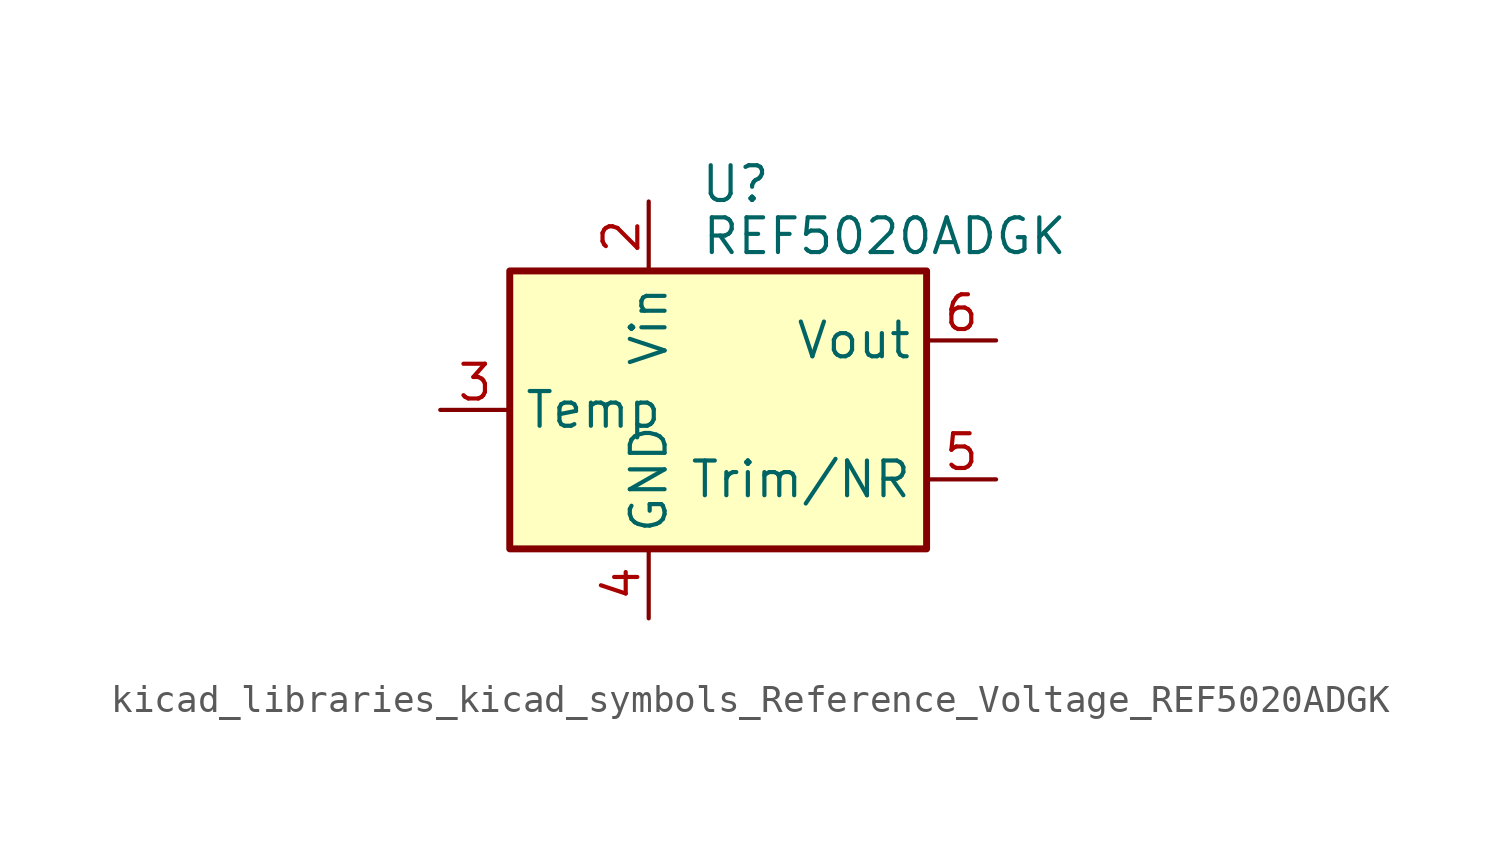
<source format=kicad_sym>
(kicad_symbol_lib
  (version 20220914)
  (generator kicad_symbol_editor)
  (symbol "kicad_libraries_kicad_symbols_Reference_Voltage_REF5020ADGK"
    (property "Reference" "U"
      (at 0.635 8.255 0)
      (effects (font (size 1.27 1.27))))
    (property "Value" "REF5020ADGK"
      (at -0.635 6.35 0)
      (effects (font (size 1.27 1.27)) (justify left)))
    (symbol "kicad_libraries_kicad_symbols_Reference_Voltage_REF5020ADGK_0_1"
      (rectangle (start -7.62 5.08) (end 7.62 -5.08) (stroke (width 0.254) (type default)) (fill (type background))))
    (symbol "kicad_libraries_kicad_symbols_Reference_Voltage_REF5020ADGK_1_1"
      (pin no_connect line (at -7.62 2.54 0) (length 2.54) hide (name "DNC" (effects (font (size 1.27 1.27)))) (number "1" (effects (font (size 1.27 1.27)))))
      (pin power_in line (at -2.54 7.62 270) (length 2.54) (name "Vin" (effects (font (size 1.27 1.27)))) (number "2" (effects (font (size 1.27 1.27)))))
      (pin passive line (at -10.16 0 0) (length 2.54) (name "Temp" (effects (font (size 1.27 1.27)))) (number "3" (effects (font (size 1.27 1.27)))))
      (pin power_in line (at -2.54 -7.62 90) (length 2.54) (name "GND" (effects (font (size 1.27 1.27)))) (number "4" (effects (font (size 1.27 1.27)))))
      (pin passive line (at 10.16 -2.54 180) (length 2.54) (name "Trim/NR" (effects (font (size 1.27 1.27)))) (number "5" (effects (font (size 1.27 1.27)))))
      (pin power_out line (at 10.16 2.54 180) (length 2.54) (name "Vout" (effects (font (size 1.27 1.27)))) (number "6" (effects (font (size 1.27 1.27)))))
      (pin no_connect line (at -5.08 -5.08 90) (length 2.54) hide (name "NC" (effects (font (size 1.27 1.27)))) (number "7" (effects (font (size 1.27 1.27)))))
      (pin no_connect line (at 7.62 0 180) (length 2.54) hide (name "DNC" (effects (font (size 1.27 1.27)))) (number "8" (effects (font (size 1.27 1.27))))))))
</source>
